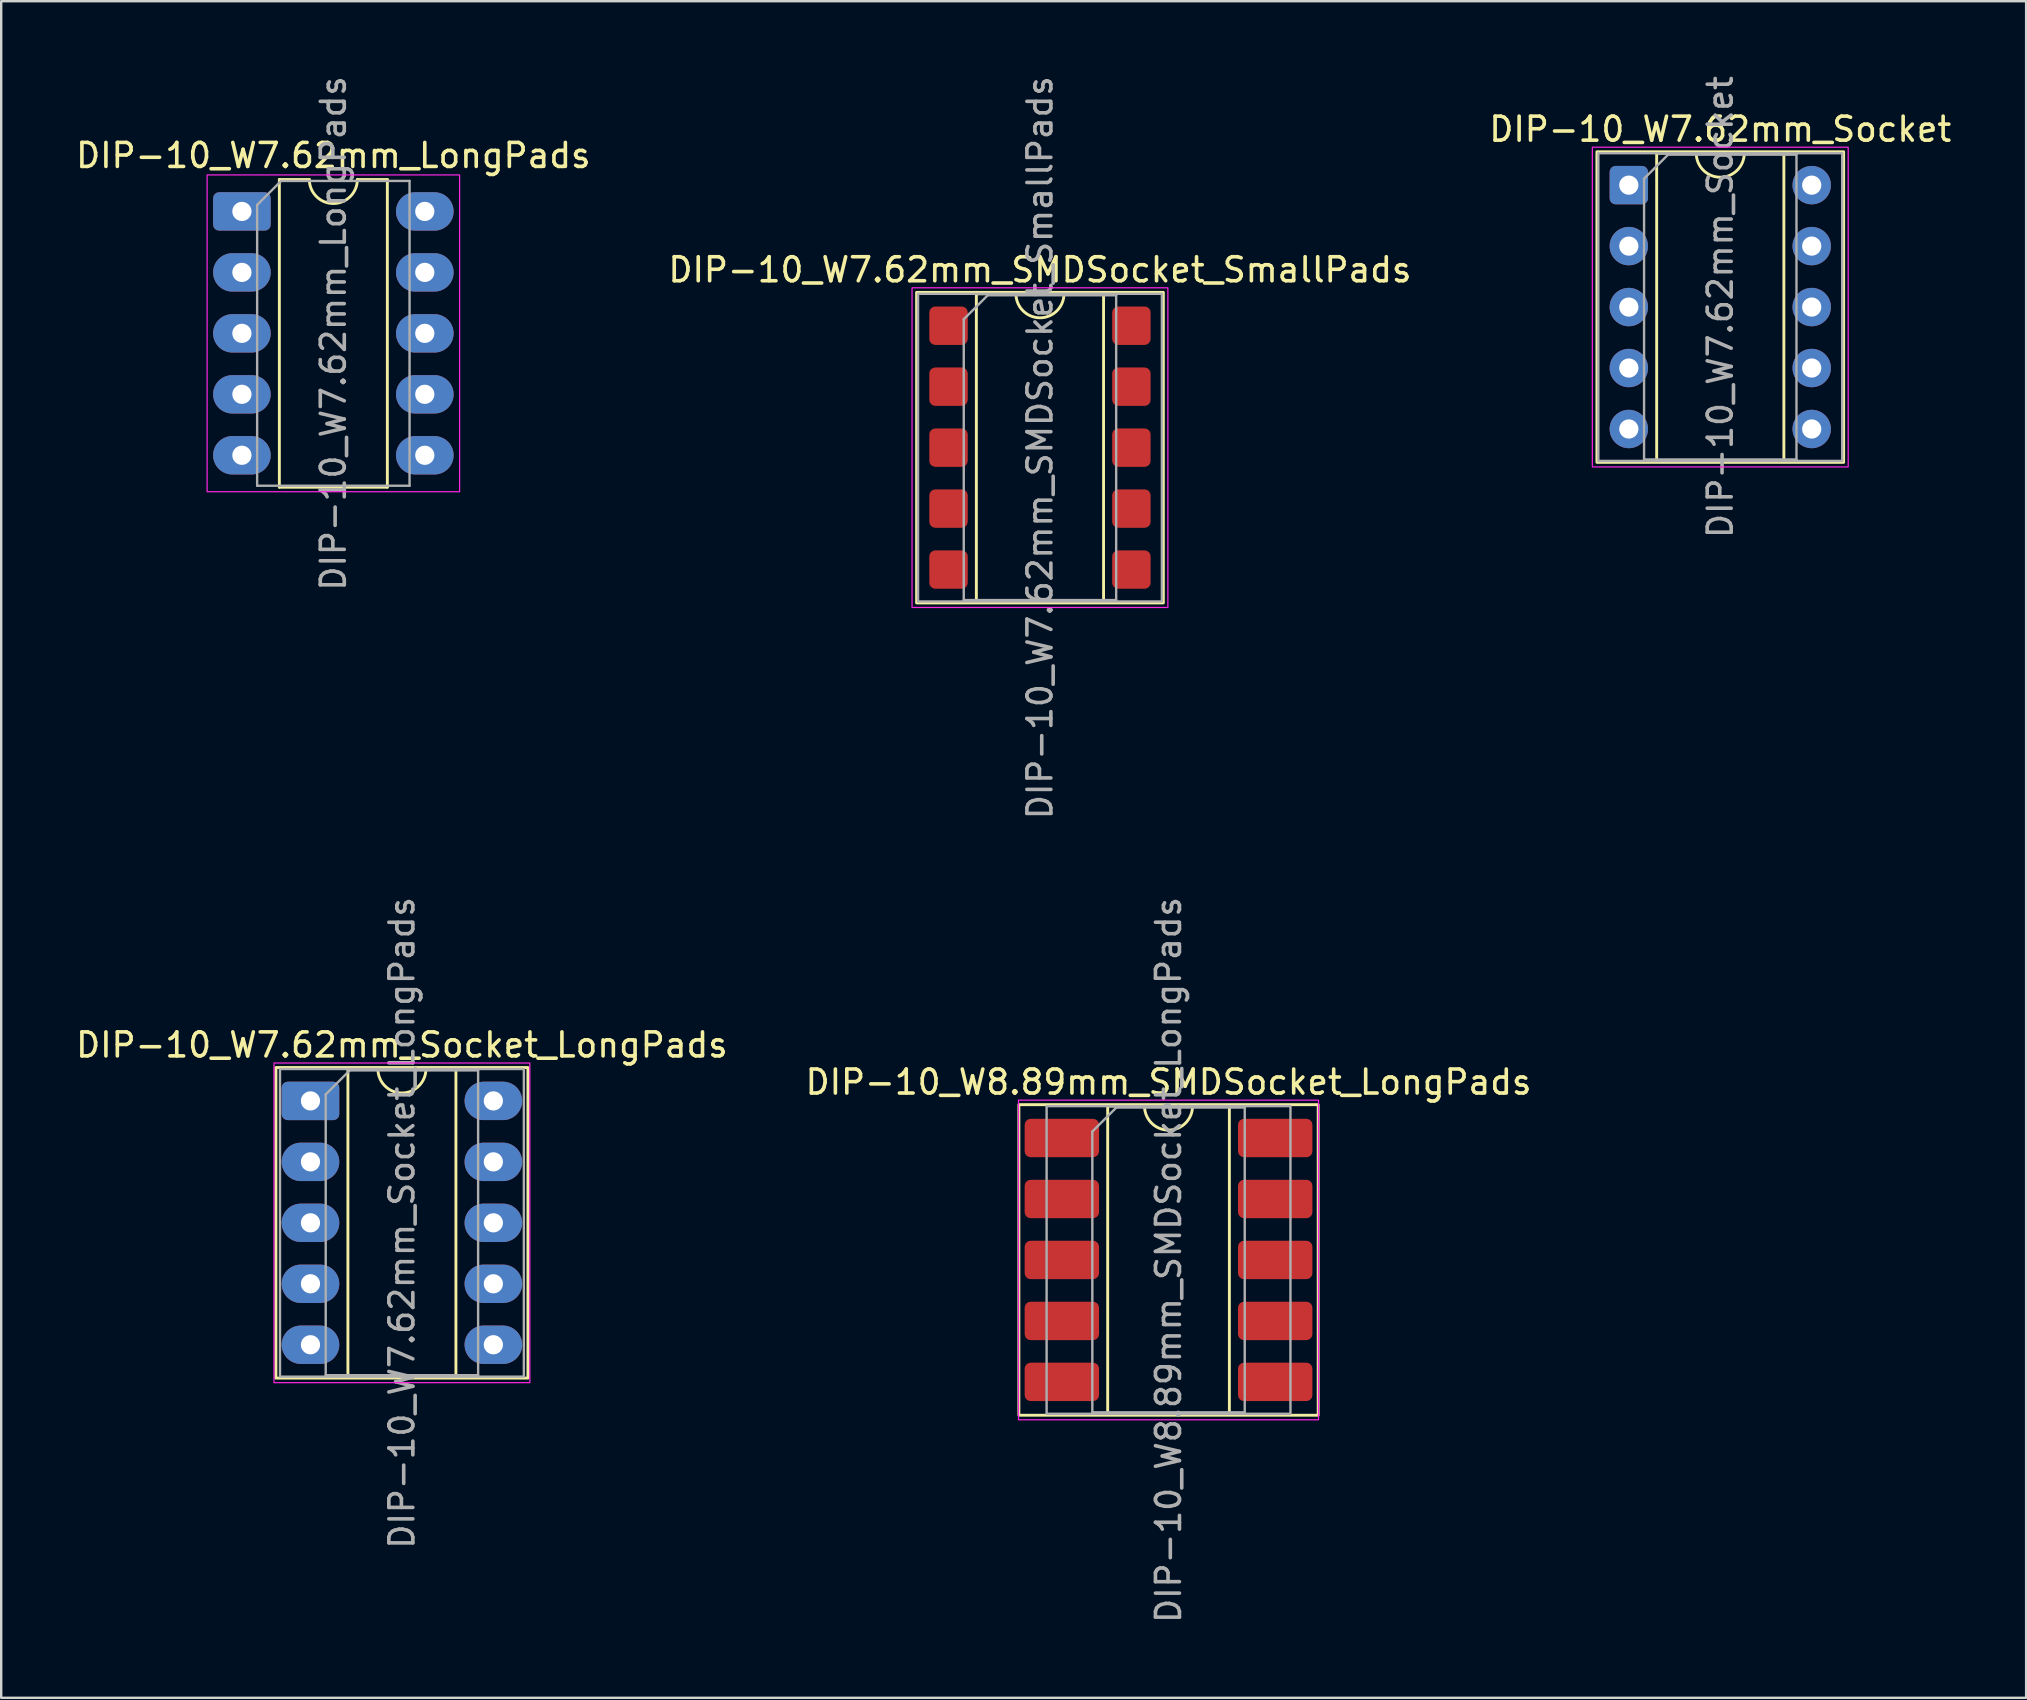
<source format=kicad_pcb>
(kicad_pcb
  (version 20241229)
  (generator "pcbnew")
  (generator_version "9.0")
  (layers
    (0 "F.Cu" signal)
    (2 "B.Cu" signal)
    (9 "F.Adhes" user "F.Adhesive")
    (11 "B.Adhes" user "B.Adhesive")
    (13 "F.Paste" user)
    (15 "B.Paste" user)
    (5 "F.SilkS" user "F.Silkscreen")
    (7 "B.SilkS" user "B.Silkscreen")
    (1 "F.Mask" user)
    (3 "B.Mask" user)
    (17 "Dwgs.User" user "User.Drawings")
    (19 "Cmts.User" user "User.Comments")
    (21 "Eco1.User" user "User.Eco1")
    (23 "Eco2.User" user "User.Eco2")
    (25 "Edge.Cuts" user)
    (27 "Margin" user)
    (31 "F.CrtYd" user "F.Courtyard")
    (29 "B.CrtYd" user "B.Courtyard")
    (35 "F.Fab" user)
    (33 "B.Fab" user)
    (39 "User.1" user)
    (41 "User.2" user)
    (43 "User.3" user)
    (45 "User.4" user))
  (footprint "DIP-10_W8.89mm_SMDSocket_LongPads"
    (layer "F.Cu")
    (at 45.637 49.446)
    (property "Reference" "DIP-10_W8.89mm_SMDSocket_LongPads" (at 0 -7.41 0) (layer "F.SilkS") (effects (font (size 1 1) (thickness 0.15))))
    (attr smd)
    (fp_line (start -2.535 -6.41) (end -2.535 6.41) (stroke (width 0.12) (type solid)) (layer "F.SilkS"))
    (fp_line (start -2.535 6.41) (end 2.535 6.41) (stroke (width 0.12) (type solid)) (layer "F.SilkS"))
    (fp_line (start -1 -6.41) (end -2.535 -6.41) (stroke (width 0.12) (type solid)) (layer "F.SilkS"))
    (fp_line (start 2.535 -6.41) (end 1 -6.41) (stroke (width 0.12) (type solid)) (layer "F.SilkS"))
    (fp_line (start 2.535 6.41) (end 2.535 -6.41) (stroke (width 0.12) (type solid)) (layer "F.SilkS"))
    (fp_rect (start -6.235 -6.47) (end 6.235 6.47) (stroke (width 0.12) (type solid)) (fill no) (layer "F.SilkS"))
    (fp_arc (start 1 -6.41) (mid 0 -5.41) (end -1 -6.41) (stroke (width 0.12) (type solid)) (layer "F.SilkS"))
    (fp_rect (start -6.25 -6.66) (end 6.25 6.66) (stroke (width 0.05) (type solid)) (fill no) (layer "F.CrtYd"))
    (fp_line (start -3.175 -5.35) (end -2.175 -6.35) (stroke (width 0.1) (type solid)) (layer "F.Fab"))
    (fp_line (start -3.175 6.35) (end -3.175 -5.35) (stroke (width 0.1) (type solid)) (layer "F.Fab"))
    (fp_line (start -2.175 -6.35) (end 3.175 -6.35) (stroke (width 0.1) (type solid)) (layer "F.Fab"))
    (fp_line (start 3.175 -6.35) (end 3.175 6.35) (stroke (width 0.1) (type solid)) (layer "F.Fab"))
    (fp_line (start 3.175 6.35) (end -3.175 6.35) (stroke (width 0.1) (type solid)) (layer "F.Fab"))
    (fp_rect (start -5.08 -6.41) (end 5.08 6.41) (stroke (width 0.1) (type solid)) (fill no) (layer "F.Fab"))
    (fp_text user "${REFERENCE}" (at 0 0 90) (layer "F.Fab") (effects (font (size 1 1) (thickness 0.15))))
    (pad "1" smd roundrect (at -4.445 -5.08) (size 3.1 1.6) (layers "F.Cu" "F.Mask" "F.Paste") (roundrect_rratio 0.156))
    (pad "2" smd roundrect (at -4.445 -2.54) (size 3.1 1.6) (layers "F.Cu" "F.Mask" "F.Paste") (roundrect_rratio 0.156))
    (pad "3" smd roundrect (at -4.445 0) (size 3.1 1.6) (layers "F.Cu" "F.Mask" "F.Paste") (roundrect_rratio 0.156))
    (pad "4" smd roundrect (at -4.445 2.54) (size 3.1 1.6) (layers "F.Cu" "F.Mask" "F.Paste") (roundrect_rratio 0.156))
    (pad "5" smd roundrect (at -4.445 5.08) (size 3.1 1.6) (layers "F.Cu" "F.Mask" "F.Paste") (roundrect_rratio 0.156))
    (pad "6" smd roundrect (at 4.445 5.08) (size 3.1 1.6) (layers "F.Cu" "F.Mask" "F.Paste") (roundrect_rratio 0.156))
    (pad "7" smd roundrect (at 4.445 2.54) (size 3.1 1.6) (layers "F.Cu" "F.Mask" "F.Paste") (roundrect_rratio 0.156))
    (pad "8" smd roundrect (at 4.445 0) (size 3.1 1.6) (layers "F.Cu" "F.Mask" "F.Paste") (roundrect_rratio 0.156))
    (pad "9" smd roundrect (at 4.445 -2.54) (size 3.1 1.6) (layers "F.Cu" "F.Mask" "F.Paste") (roundrect_rratio 0.156))
    (pad "10" smd roundrect (at 4.445 -5.08) (size 3.1 1.6) (layers "F.Cu" "F.Mask" "F.Paste") (roundrect_rratio 0.156)))
  (footprint "DIP-10_W7.62mm_Socket"
    (layer "F.Cu")
    (at 64.815 4.664)
    (property "Reference" "DIP-10_W7.62mm_Socket" (at 3.81 -2.33 0) (layer "F.SilkS") (effects (font (size 1 1) (thickness 0.15))))
    (attr through_hole)
    (fp_line (start 1.16 -1.33) (end 1.16 11.49) (stroke (width 0.12) (type solid)) (layer "F.SilkS"))
    (fp_line (start 1.16 11.49) (end 6.46 11.49) (stroke (width 0.12) (type solid)) (layer "F.SilkS"))
    (fp_line (start 2.81 -1.33) (end 1.16 -1.33) (stroke (width 0.12) (type solid)) (layer "F.SilkS"))
    (fp_line (start 6.46 -1.33) (end 4.81 -1.33) (stroke (width 0.12) (type solid)) (layer "F.SilkS"))
    (fp_line (start 6.46 11.49) (end 6.46 -1.33) (stroke (width 0.12) (type solid)) (layer "F.SilkS"))
    (fp_rect (start -1.33 -1.39) (end 8.95 11.55) (stroke (width 0.12) (type solid)) (fill no) (layer "F.SilkS"))
    (fp_arc (start 4.81 -1.33) (mid 3.81 -0.33) (end 2.81 -1.33) (stroke (width 0.12) (type solid)) (layer "F.SilkS"))
    (fp_rect (start -1.52 -1.58) (end 9.14 11.74) (stroke (width 0.05) (type solid)) (fill no) (layer "F.CrtYd"))
    (fp_line (start 0.635 -0.27) (end 1.635 -1.27) (stroke (width 0.1) (type solid)) (layer "F.Fab"))
    (fp_line (start 0.635 11.43) (end 0.635 -0.27) (stroke (width 0.1) (type solid)) (layer "F.Fab"))
    (fp_line (start 1.635 -1.27) (end 6.985 -1.27) (stroke (width 0.1) (type solid)) (layer "F.Fab"))
    (fp_line (start 6.985 -1.27) (end 6.985 11.43) (stroke (width 0.1) (type solid)) (layer "F.Fab"))
    (fp_line (start 6.985 11.43) (end 0.635 11.43) (stroke (width 0.1) (type solid)) (layer "F.Fab"))
    (fp_rect (start -1.27 -1.33) (end 8.89 11.49) (stroke (width 0.1) (type solid)) (fill no) (layer "F.Fab"))
    (fp_text user "${REFERENCE}" (at 3.81 5.08 90) (layer "F.Fab") (effects (font (size 1 1) (thickness 0.15))))
    (pad "1" thru_hole roundrect (at 0 0) (size 1.6 1.6) (drill 0.8) (layers "*.Cu" "*.Mask") (roundrect_rratio 0.156))
    (pad "2" thru_hole circle (at 0 2.54) (size 1.6 1.6) (drill 0.8) (layers "*.Cu" "*.Mask"))
    (pad "3" thru_hole circle (at 0 5.08) (size 1.6 1.6) (drill 0.8) (layers "*.Cu" "*.Mask"))
    (pad "4" thru_hole circle (at 0 7.62) (size 1.6 1.6) (drill 0.8) (layers "*.Cu" "*.Mask"))
    (pad "5" thru_hole circle (at 0 10.16) (size 1.6 1.6) (drill 0.8) (layers "*.Cu" "*.Mask"))
    (pad "6" thru_hole circle (at 7.62 10.16) (size 1.6 1.6) (drill 0.8) (layers "*.Cu" "*.Mask"))
    (pad "7" thru_hole circle (at 7.62 7.62) (size 1.6 1.6) (drill 0.8) (layers "*.Cu" "*.Mask"))
    (pad "8" thru_hole circle (at 7.62 5.08) (size 1.6 1.6) (drill 0.8) (layers "*.Cu" "*.Mask"))
    (pad "9" thru_hole circle (at 7.62 2.54) (size 1.6 1.6) (drill 0.8) (layers "*.Cu" "*.Mask"))
    (pad "10" thru_hole circle (at 7.62 0) (size 1.6 1.6) (drill 0.8) (layers "*.Cu" "*.Mask")))
  (footprint "DIP-10_W7.62mm_SMDSocket_SmallPads"
    (layer "F.Cu")
    (at 40.28 15.601)
    (property "Reference" "DIP-10_W7.62mm_SMDSocket_SmallPads" (at 0 -7.41 0) (layer "F.SilkS") (effects (font (size 1 1) (thickness 0.15))))
    (attr smd)
    (fp_line (start -2.65 -6.41) (end -2.65 6.41) (stroke (width 0.12) (type solid)) (layer "F.SilkS"))
    (fp_line (start -2.65 6.41) (end 2.65 6.41) (stroke (width 0.12) (type solid)) (layer "F.SilkS"))
    (fp_line (start -1 -6.41) (end -2.65 -6.41) (stroke (width 0.12) (type solid)) (layer "F.SilkS"))
    (fp_line (start 2.65 -6.41) (end 1 -6.41) (stroke (width 0.12) (type solid)) (layer "F.SilkS"))
    (fp_line (start 2.65 6.41) (end 2.65 -6.41) (stroke (width 0.12) (type solid)) (layer "F.SilkS"))
    (fp_rect (start -5.14 -6.47) (end 5.14 6.47) (stroke (width 0.12) (type solid)) (fill no) (layer "F.SilkS"))
    (fp_arc (start 1 -6.41) (mid 0 -5.41) (end -1 -6.41) (stroke (width 0.12) (type solid)) (layer "F.SilkS"))
    (fp_rect (start -5.33 -6.66) (end 5.33 6.66) (stroke (width 0.05) (type solid)) (fill no) (layer "F.CrtYd"))
    (fp_line (start -3.175 -5.35) (end -2.175 -6.35) (stroke (width 0.1) (type solid)) (layer "F.Fab"))
    (fp_line (start -3.175 6.35) (end -3.175 -5.35) (stroke (width 0.1) (type solid)) (layer "F.Fab"))
    (fp_line (start -2.175 -6.35) (end 3.175 -6.35) (stroke (width 0.1) (type solid)) (layer "F.Fab"))
    (fp_line (start 3.175 -6.35) (end 3.175 6.35) (stroke (width 0.1) (type solid)) (layer "F.Fab"))
    (fp_line (start 3.175 6.35) (end -3.175 6.35) (stroke (width 0.1) (type solid)) (layer "F.Fab"))
    (fp_rect (start -5.08 -6.41) (end 5.08 6.41) (stroke (width 0.1) (type solid)) (fill no) (layer "F.Fab"))
    (fp_text user "${REFERENCE}" (at 0 0 90) (layer "F.Fab") (effects (font (size 1 1) (thickness 0.15))))
    (pad "1" smd roundrect (at -3.81 -5.08) (size 1.6 1.6) (layers "F.Cu" "F.Mask" "F.Paste") (roundrect_rratio 0.156))
    (pad "2" smd roundrect (at -3.81 -2.54) (size 1.6 1.6) (layers "F.Cu" "F.Mask" "F.Paste") (roundrect_rratio 0.156))
    (pad "3" smd roundrect (at -3.81 0) (size 1.6 1.6) (layers "F.Cu" "F.Mask" "F.Paste") (roundrect_rratio 0.156))
    (pad "4" smd roundrect (at -3.81 2.54) (size 1.6 1.6) (layers "F.Cu" "F.Mask" "F.Paste") (roundrect_rratio 0.156))
    (pad "5" smd roundrect (at -3.81 5.08) (size 1.6 1.6) (layers "F.Cu" "F.Mask" "F.Paste") (roundrect_rratio 0.156))
    (pad "6" smd roundrect (at 3.81 5.08) (size 1.6 1.6) (layers "F.Cu" "F.Mask" "F.Paste") (roundrect_rratio 0.156))
    (pad "7" smd roundrect (at 3.81 2.54) (size 1.6 1.6) (layers "F.Cu" "F.Mask" "F.Paste") (roundrect_rratio 0.156))
    (pad "8" smd roundrect (at 3.81 0) (size 1.6 1.6) (layers "F.Cu" "F.Mask" "F.Paste") (roundrect_rratio 0.156))
    (pad "9" smd roundrect (at 3.81 -2.54) (size 1.6 1.6) (layers "F.Cu" "F.Mask" "F.Paste") (roundrect_rratio 0.156))
    (pad "10" smd roundrect (at 3.81 -5.08) (size 1.6 1.6) (layers "F.Cu" "F.Mask" "F.Paste") (roundrect_rratio 0.156)))
  (footprint "DIP-10_W7.62mm_Socket_LongPads"
    (layer "F.Cu")
    (at 9.886 42.819)
    (property "Reference" "DIP-10_W7.62mm_Socket_LongPads" (at 3.81 -2.33 0) (layer "F.SilkS") (effects (font (size 1 1) (thickness 0.15))))
    (attr through_hole)
    (fp_line (start 1.56 -1.33) (end 1.56 11.49) (stroke (width 0.12) (type solid)) (layer "F.SilkS"))
    (fp_line (start 1.56 11.49) (end 6.06 11.49) (stroke (width 0.12) (type solid)) (layer "F.SilkS"))
    (fp_line (start 2.81 -1.33) (end 1.56 -1.33) (stroke (width 0.12) (type solid)) (layer "F.SilkS"))
    (fp_line (start 6.06 -1.33) (end 4.81 -1.33) (stroke (width 0.12) (type solid)) (layer "F.SilkS"))
    (fp_line (start 6.06 11.49) (end 6.06 -1.33) (stroke (width 0.12) (type solid)) (layer "F.SilkS"))
    (fp_rect (start -1.44 -1.39) (end 9.06 11.55) (stroke (width 0.12) (type solid)) (fill no) (layer "F.SilkS"))
    (fp_arc (start 4.81 -1.33) (mid 3.81 -0.33) (end 2.81 -1.33) (stroke (width 0.12) (type solid)) (layer "F.SilkS"))
    (fp_rect (start -1.52 -1.58) (end 9.14 11.74) (stroke (width 0.05) (type solid)) (fill no) (layer "F.CrtYd"))
    (fp_line (start 0.635 -0.27) (end 1.635 -1.27) (stroke (width 0.1) (type solid)) (layer "F.Fab"))
    (fp_line (start 0.635 11.43) (end 0.635 -0.27) (stroke (width 0.1) (type solid)) (layer "F.Fab"))
    (fp_line (start 1.635 -1.27) (end 6.985 -1.27) (stroke (width 0.1) (type solid)) (layer "F.Fab"))
    (fp_line (start 6.985 -1.27) (end 6.985 11.43) (stroke (width 0.1) (type solid)) (layer "F.Fab"))
    (fp_line (start 6.985 11.43) (end 0.635 11.43) (stroke (width 0.1) (type solid)) (layer "F.Fab"))
    (fp_rect (start -1.27 -1.33) (end 8.89 11.49) (stroke (width 0.1) (type solid)) (fill no) (layer "F.Fab"))
    (fp_text user "${REFERENCE}" (at 3.81 5.08 90) (layer "F.Fab") (effects (font (size 1 1) (thickness 0.15))))
    (pad "1" thru_hole roundrect (at 0 0) (size 2.4 1.6) (drill 0.8) (layers "*.Cu" "*.Mask") (roundrect_rratio 0.156))
    (pad "2" thru_hole oval (at 0 2.54) (size 2.4 1.6) (drill 0.8) (layers "*.Cu" "*.Mask"))
    (pad "3" thru_hole oval (at 0 5.08) (size 2.4 1.6) (drill 0.8) (layers "*.Cu" "*.Mask"))
    (pad "4" thru_hole oval (at 0 7.62) (size 2.4 1.6) (drill 0.8) (layers "*.Cu" "*.Mask"))
    (pad "5" thru_hole oval (at 0 10.16) (size 2.4 1.6) (drill 0.8) (layers "*.Cu" "*.Mask"))
    (pad "6" thru_hole oval (at 7.62 10.16) (size 2.4 1.6) (drill 0.8) (layers "*.Cu" "*.Mask"))
    (pad "7" thru_hole oval (at 7.62 7.62) (size 2.4 1.6) (drill 0.8) (layers "*.Cu" "*.Mask"))
    (pad "8" thru_hole oval (at 7.62 5.08) (size 2.4 1.6) (drill 0.8) (layers "*.Cu" "*.Mask"))
    (pad "9" thru_hole oval (at 7.62 2.54) (size 2.4 1.6) (drill 0.8) (layers "*.Cu" "*.Mask"))
    (pad "10" thru_hole oval (at 7.62 0) (size 2.4 1.6) (drill 0.8) (layers "*.Cu" "*.Mask")))
  (footprint "DIP-10_W7.62mm_LongPads"
    (layer "F.Cu")
    (at 7.029 5.759)
    (property "Reference" "DIP-10_W7.62mm_LongPads" (at 3.81 -2.33 0) (layer "F.SilkS") (effects (font (size 1 1) (thickness 0.15))))
    (attr through_hole)
    (fp_line (start 1.56 -1.33) (end 1.56 11.49) (stroke (width 0.12) (type solid)) (layer "F.SilkS"))
    (fp_line (start 1.56 11.49) (end 6.06 11.49) (stroke (width 0.12) (type solid)) (layer "F.SilkS"))
    (fp_line (start 2.81 -1.33) (end 1.56 -1.33) (stroke (width 0.12) (type solid)) (layer "F.SilkS"))
    (fp_line (start 6.06 -1.33) (end 4.81 -1.33) (stroke (width 0.12) (type solid)) (layer "F.SilkS"))
    (fp_line (start 6.06 11.49) (end 6.06 -1.33) (stroke (width 0.12) (type solid)) (layer "F.SilkS"))
    (fp_arc (start 4.81 -1.33) (mid 3.81 -0.33) (end 2.81 -1.33) (stroke (width 0.12) (type solid)) (layer "F.SilkS"))
    (fp_rect (start -1.45 -1.52) (end 9.07 11.68) (stroke (width 0.05) (type solid)) (fill no) (layer "F.CrtYd"))
    (fp_line (start 0.635 -0.27) (end 1.635 -1.27) (stroke (width 0.1) (type solid)) (layer "F.Fab"))
    (fp_line (start 0.635 11.43) (end 0.635 -0.27) (stroke (width 0.1) (type solid)) (layer "F.Fab"))
    (fp_line (start 1.635 -1.27) (end 6.985 -1.27) (stroke (width 0.1) (type solid)) (layer "F.Fab"))
    (fp_line (start 6.985 -1.27) (end 6.985 11.43) (stroke (width 0.1) (type solid)) (layer "F.Fab"))
    (fp_line (start 6.985 11.43) (end 0.635 11.43) (stroke (width 0.1) (type solid)) (layer "F.Fab"))
    (fp_text user "${REFERENCE}" (at 3.81 5.08 90) (layer "F.Fab") (effects (font (size 1 1) (thickness 0.15))))
    (pad "1" thru_hole roundrect (at 0 0) (size 2.4 1.6) (drill 0.8) (layers "*.Cu" "*.Mask") (roundrect_rratio 0.156))
    (pad "2" thru_hole oval (at 0 2.54) (size 2.4 1.6) (drill 0.8) (layers "*.Cu" "*.Mask"))
    (pad "3" thru_hole oval (at 0 5.08) (size 2.4 1.6) (drill 0.8) (layers "*.Cu" "*.Mask"))
    (pad "4" thru_hole oval (at 0 7.62) (size 2.4 1.6) (drill 0.8) (layers "*.Cu" "*.Mask"))
    (pad "5" thru_hole oval (at 0 10.16) (size 2.4 1.6) (drill 0.8) (layers "*.Cu" "*.Mask"))
    (pad "6" thru_hole oval (at 7.62 10.16) (size 2.4 1.6) (drill 0.8) (layers "*.Cu" "*.Mask"))
    (pad "7" thru_hole oval (at 7.62 7.62) (size 2.4 1.6) (drill 0.8) (layers "*.Cu" "*.Mask"))
    (pad "8" thru_hole oval (at 7.62 5.08) (size 2.4 1.6) (drill 0.8) (layers "*.Cu" "*.Mask"))
    (pad "9" thru_hole oval (at 7.62 2.54) (size 2.4 1.6) (drill 0.8) (layers "*.Cu" "*.Mask"))
    (pad "10" thru_hole oval (at 7.62 0) (size 2.4 1.6) (drill 0.8) (layers "*.Cu" "*.Mask")))
  (gr_rect
    (start -3 -3)
    (end 81.369 67.69)
    (stroke (width 0.1) (type default))
    (fill no)
    (layer "Edge.Cuts")))
</source>
